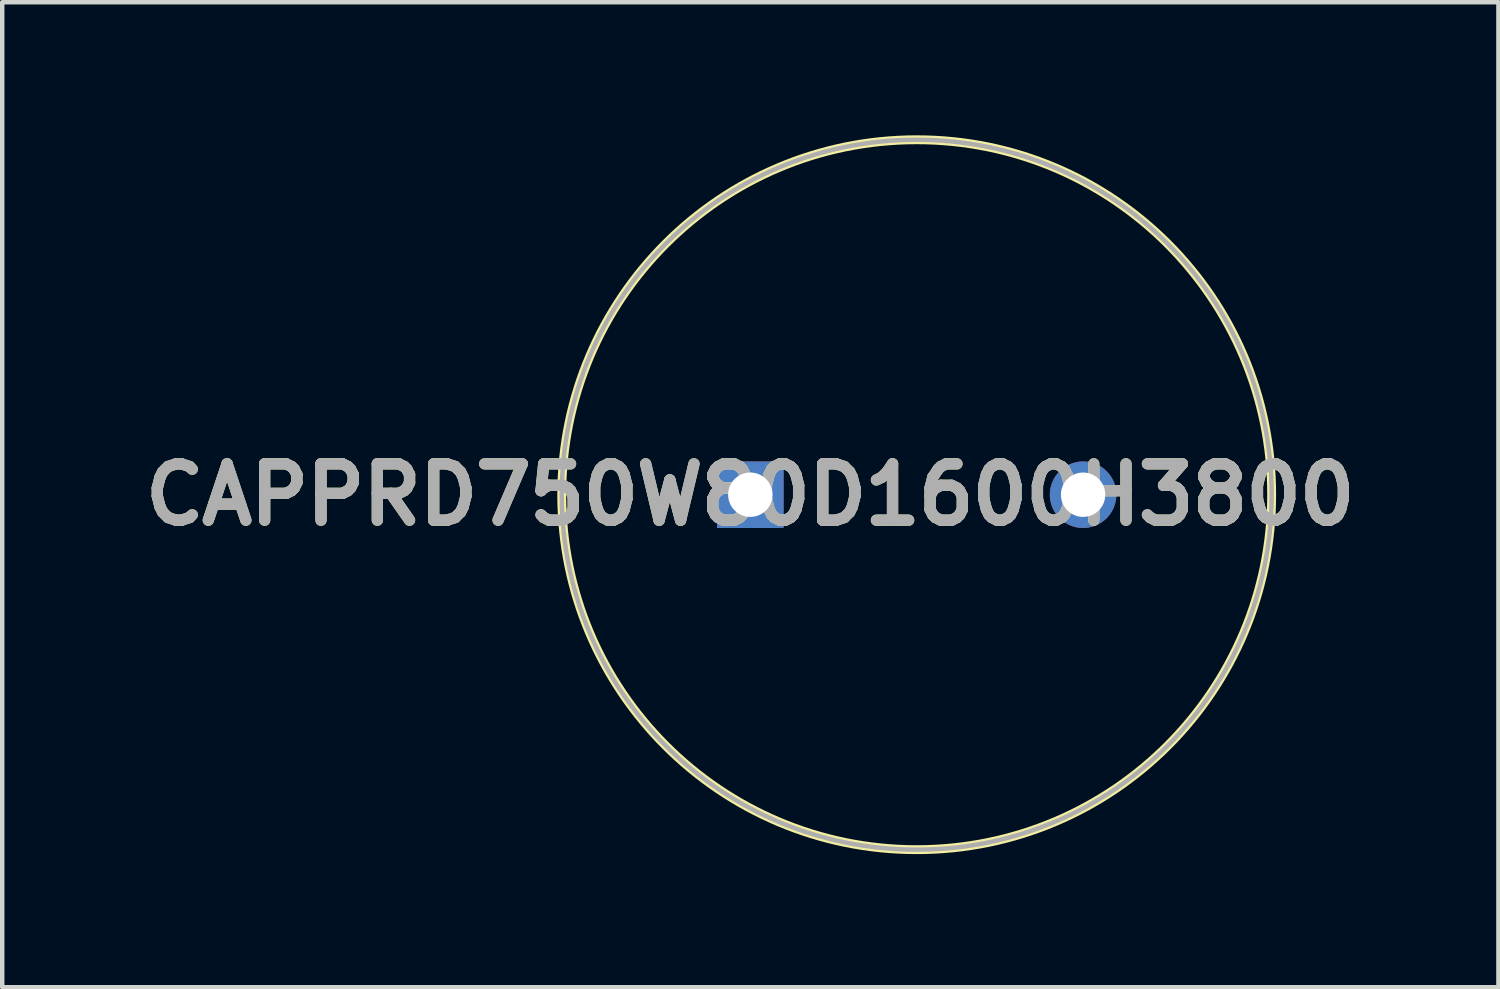
<source format=kicad_pcb>
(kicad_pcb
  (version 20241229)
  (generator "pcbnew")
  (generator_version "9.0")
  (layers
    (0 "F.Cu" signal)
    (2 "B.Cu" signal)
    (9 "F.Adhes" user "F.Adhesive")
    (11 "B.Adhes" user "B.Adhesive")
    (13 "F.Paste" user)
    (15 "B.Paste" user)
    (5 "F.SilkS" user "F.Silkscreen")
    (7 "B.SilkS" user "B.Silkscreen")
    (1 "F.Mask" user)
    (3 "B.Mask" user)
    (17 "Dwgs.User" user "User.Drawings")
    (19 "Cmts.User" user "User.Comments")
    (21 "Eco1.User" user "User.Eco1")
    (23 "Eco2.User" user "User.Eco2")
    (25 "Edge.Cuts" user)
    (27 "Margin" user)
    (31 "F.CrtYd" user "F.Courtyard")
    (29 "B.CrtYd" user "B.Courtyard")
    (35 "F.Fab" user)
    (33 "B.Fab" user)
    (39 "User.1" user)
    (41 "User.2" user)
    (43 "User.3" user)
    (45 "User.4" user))
  (footprint "CAPPRD750W80D1600H3800"
    (layer "F.Cu")
    (at 13.861 8.1)
    (property "Reference" "CAPPRD750W80D1600H3800" (at 0 0 0) (layer "F.SilkS") (effects (font (size 1.27 1.27) (thickness 0.254))))
    (attr through_hole)
    (fp_circle (center 3.75 0) (end 3.75 8) (stroke (width 0.2) (type solid)) (fill no) (layer "F.SilkS"))
    (fp_circle (center 3.75 0) (end 3.75 8) (stroke (width 0.1) (type solid)) (fill no) (layer "F.Fab"))
    (fp_text user "${REFERENCE}" (at 0 0 0) (layer "F.Fab") (effects (font (size 1.27 1.27) (thickness 0.254))))
    (pad "1" thru_hole rect (at 0 0) (size 1.5 1.5) (drill 1) (layers "*.Cu" "*.Mask"))
    (pad "2" thru_hole circle (at 7.5 0) (size 1.5 1.5) (drill 1) (layers "*.Cu" "*.Mask")))
  (gr_rect
    (start -3 -3)
    (end 30.722 19.2)
    (stroke (width 0.1) (type default))
    (fill no)
    (layer "Edge.Cuts")))
</source>
